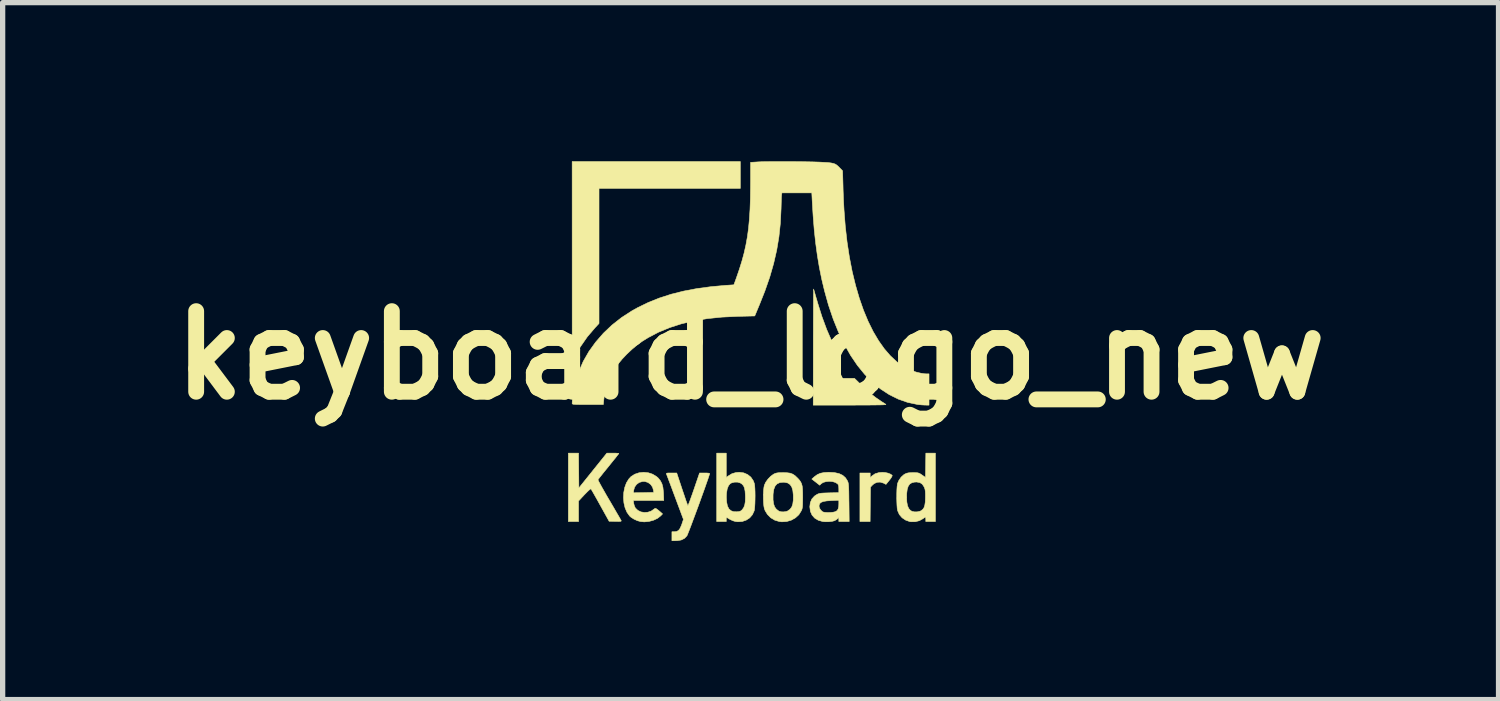
<source format=kicad_pcb>
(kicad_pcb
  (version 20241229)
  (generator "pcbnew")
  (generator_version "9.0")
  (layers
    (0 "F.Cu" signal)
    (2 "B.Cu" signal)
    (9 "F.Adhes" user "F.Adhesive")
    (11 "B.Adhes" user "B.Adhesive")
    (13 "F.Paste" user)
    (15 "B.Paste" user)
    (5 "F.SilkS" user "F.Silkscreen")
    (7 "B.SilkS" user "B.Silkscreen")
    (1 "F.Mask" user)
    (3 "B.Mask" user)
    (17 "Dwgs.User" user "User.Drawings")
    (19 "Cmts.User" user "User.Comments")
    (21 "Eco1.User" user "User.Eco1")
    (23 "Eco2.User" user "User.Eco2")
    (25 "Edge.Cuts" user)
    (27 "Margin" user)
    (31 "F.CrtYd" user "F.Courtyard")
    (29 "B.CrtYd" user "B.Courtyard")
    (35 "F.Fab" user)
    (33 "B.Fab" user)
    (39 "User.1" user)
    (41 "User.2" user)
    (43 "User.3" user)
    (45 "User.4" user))
  (footprint "keyboard_logo_new"
    (layer "F.Cu")
    (at 11.147 3.67)
    (property "Reference" "keyboard_logo_new" (at 0 0 0) (layer "F.SilkS") (effects (font (size 1.524 1.524) (thickness 0.3))))
    (attr through_hole)
    (fp_poly (pts (xy -0.194 -3.157) (xy -2.867 -3.157) (xy -2.867 -0.602) (xy -2.943 -0.52) (xy -3.088 -0.35) (xy -3.22 -0.16) (xy -3.316 0.006) (xy -3.374 0.115) (xy -3.375 -3.665) (xy -0.194 -3.665) (xy -0.194 -3.157)) (stroke (width 0.01) (type solid)) (fill yes) (layer "F.SilkS"))
    (fp_poly (pts (xy 2.549 2.218) (xy 2.602 2.23) (xy 2.646 2.248) (xy 2.675 2.268) (xy 2.679 2.273) (xy 2.675 2.288) (xy 2.659 2.317) (xy 2.633 2.353) (xy 2.624 2.364) (xy 2.561 2.442) (xy 2.515 2.418) (xy 2.452 2.399) (xy 2.391 2.402) (xy 2.334 2.429) (xy 2.298 2.461) (xy 2.268 2.494) (xy 2.264 2.819) (xy 2.261 3.145) (xy 2.068 3.145) (xy 2.068 2.226) (xy 2.262 2.226) (xy 2.262 2.315) (xy 2.295 2.283) (xy 2.355 2.241) (xy 2.428 2.219) (xy 2.494 2.214) (xy 2.549 2.218)) (stroke (width 0.01) (type solid)) (fill yes) (layer "F.SilkS"))
    (fp_poly (pts (xy 1.192 -1.252) (xy 1.197 -1.237) (xy 1.207 -1.203) (xy 1.221 -1.152) (xy 1.239 -1.09) (xy 1.26 -1.02) (xy 1.262 -1.01) (xy 1.348 -0.736) (xy 1.441 -0.484) (xy 1.543 -0.25) (xy 1.633 -0.074) (xy 1.693 0.038) (xy 1.693 0.435) (xy 1.829 0.436) (xy 1.965 0.436) (xy 2.123 0.59) (xy 2.207 0.67) (xy 2.289 0.74) (xy 2.374 0.805) (xy 2.47 0.871) (xy 2.559 0.928) (xy 2.559 0.931) (xy 2.548 0.933) (xy 2.524 0.936) (xy 2.485 0.938) (xy 2.431 0.939) (xy 2.359 0.94) (xy 2.269 0.941) (xy 2.159 0.942) (xy 2.027 0.942) (xy 1.884 0.943) (xy 1.185 0.943) (xy 1.186 -0.16) (xy 1.186 -0.321) (xy 1.187 -0.475) (xy 1.187 -0.619) (xy 1.188 -0.753) (xy 1.188 -0.875) (xy 1.189 -0.982) (xy 1.189 -1.074) (xy 1.19 -1.149) (xy 1.191 -1.204) (xy 1.191 -1.239) (xy 1.192 -1.252) (xy 1.192 -1.252)) (stroke (width 0.01) (type solid)) (fill yes) (layer "F.SilkS"))
    (fp_poly (pts (xy -3.248 2.51) (xy -2.719 1.851) (xy -2.605 1.851) (xy -2.556 1.851) (xy -2.518 1.853) (xy -2.495 1.855) (xy -2.492 1.857) (xy -2.499 1.868) (xy -2.52 1.894) (xy -2.551 1.935) (xy -2.593 1.986) (xy -2.641 2.046) (xy -2.686 2.102) (xy -2.739 2.167) (xy -2.788 2.227) (xy -2.828 2.278) (xy -2.86 2.318) (xy -2.88 2.344) (xy -2.886 2.353) (xy -2.882 2.366) (xy -2.866 2.398) (xy -2.841 2.445) (xy -2.807 2.506) (xy -2.766 2.578) (xy -2.72 2.659) (xy -2.672 2.74) (xy -2.621 2.827) (xy -2.574 2.908) (xy -2.533 2.979) (xy -2.497 3.04) (xy -2.47 3.087) (xy -2.453 3.118) (xy -2.446 3.13) (xy -2.449 3.137) (xy -2.464 3.142) (xy -2.497 3.143) (xy -2.551 3.142) (xy -2.558 3.142) (xy -2.676 3.139) (xy -2.843 2.838) (xy -2.886 2.76) (xy -2.926 2.689) (xy -2.961 2.627) (xy -2.989 2.578) (xy -3.009 2.544) (xy -3.019 2.528) (xy -3.02 2.527) (xy -3.031 2.531) (xy -3.056 2.551) (xy -3.09 2.583) (xy -3.13 2.624) (xy -3.142 2.636) (xy -3.254 2.756) (xy -3.254 3.145) (xy -3.447 3.145) (xy -3.447 1.851) (xy -3.254 1.851) (xy -3.248 2.51)) (stroke (width 0.01) (type solid)) (fill yes) (layer "F.SilkS"))
    (fp_poly (pts (xy -0.46 2.311) (xy -0.42 2.281) (xy -0.351 2.239) (xy -0.277 2.218) (xy -0.214 2.213) (xy -0.13 2.224) (xy -0.056 2.256) (xy 0.005 2.305) (xy 0.05 2.371) (xy 0.071 2.425) (xy 0.077 2.46) (xy 0.081 2.514) (xy 0.084 2.581) (xy 0.085 2.655) (xy 0.084 2.732) (xy 0.082 2.804) (xy 0.078 2.868) (xy 0.073 2.917) (xy 0.068 2.942) (xy 0.034 3.016) (xy -0.017 3.075) (xy -0.083 3.118) (xy -0.159 3.144) (xy -0.243 3.149) (xy -0.29 3.143) (xy -0.333 3.13) (xy -0.38 3.109) (xy -0.402 3.097) (xy -0.46 3.061) (xy -0.46 3.145) (xy -0.641 3.145) (xy -0.641 2.679) (xy -0.459 2.679) (xy -0.453 2.775) (xy -0.438 2.85) (xy -0.411 2.904) (xy -0.371 2.94) (xy -0.319 2.959) (xy -0.261 2.96) (xy -0.218 2.956) (xy -0.189 2.946) (xy -0.166 2.928) (xy -0.156 2.918) (xy -0.129 2.879) (xy -0.111 2.832) (xy -0.101 2.773) (xy -0.098 2.696) (xy -0.099 2.649) (xy -0.104 2.571) (xy -0.115 2.512) (xy -0.133 2.469) (xy -0.161 2.437) (xy -0.194 2.415) (xy -0.244 2.4) (xy -0.301 2.399) (xy -0.355 2.412) (xy -0.385 2.427) (xy -0.418 2.467) (xy -0.442 2.527) (xy -0.455 2.606) (xy -0.459 2.679) (xy -0.641 2.679) (xy -0.641 1.851) (xy -0.46 1.851) (xy -0.46 2.311)) (stroke (width 0.01) (type solid)) (fill yes) (layer "F.SilkS"))
    (fp_poly (pts (xy -1.935 2.222) (xy -1.853 2.249) (xy -1.779 2.294) (xy -1.745 2.324) (xy -1.705 2.375) (xy -1.676 2.432) (xy -1.658 2.5) (xy -1.649 2.585) (xy -1.647 2.616) (xy -1.642 2.746) (xy -2.217 2.746) (xy -2.211 2.799) (xy -2.2 2.843) (xy -2.182 2.884) (xy -2.177 2.891) (xy -2.132 2.934) (xy -2.075 2.962) (xy -2.01 2.973) (xy -1.943 2.968) (xy -1.88 2.947) (xy -1.831 2.913) (xy -1.814 2.9) (xy -1.799 2.896) (xy -1.78 2.904) (xy -1.753 2.924) (xy -1.717 2.954) (xy -1.665 3) (xy -1.7 3.037) (xy -1.76 3.084) (xy -1.837 3.12) (xy -1.922 3.143) (xy -2.011 3.151) (xy -2.081 3.145) (xy -2.143 3.128) (xy -2.206 3.099) (xy -2.261 3.064) (xy -2.288 3.04) (xy -2.338 2.97) (xy -2.374 2.886) (xy -2.396 2.792) (xy -2.404 2.694) (xy -2.399 2.601) (xy -2.217 2.601) (xy -2.025 2.598) (xy -1.832 2.594) (xy -1.836 2.558) (xy -1.854 2.495) (xy -1.89 2.443) (xy -1.94 2.406) (xy -1.999 2.387) (xy -2.042 2.387) (xy -2.106 2.405) (xy -2.157 2.442) (xy -2.194 2.494) (xy -2.21 2.55) (xy -2.217 2.601) (xy -2.399 2.601) (xy -2.399 2.595) (xy -2.38 2.499) (xy -2.348 2.412) (xy -2.302 2.338) (xy -2.261 2.294) (xy -2.19 2.249) (xy -2.109 2.222) (xy -2.022 2.213) (xy -1.935 2.222)) (stroke (width 0.01) (type solid)) (fill yes) (layer "F.SilkS"))
    (fp_poly (pts (xy -1.296 2.531) (xy -1.268 2.613) (xy -1.243 2.687) (xy -1.222 2.75) (xy -1.204 2.799) (xy -1.192 2.832) (xy -1.187 2.845) (xy -1.181 2.836) (xy -1.169 2.807) (xy -1.151 2.761) (xy -1.129 2.7) (xy -1.103 2.628) (xy -1.075 2.547) (xy -1.072 2.539) (xy -0.965 2.226) (xy -0.87 2.226) (xy -0.825 2.227) (xy -0.791 2.23) (xy -0.775 2.235) (xy -0.774 2.237) (xy -0.778 2.253) (xy -0.79 2.29) (xy -0.808 2.344) (xy -0.832 2.412) (xy -0.86 2.492) (xy -0.892 2.582) (xy -0.927 2.678) (xy -0.963 2.779) (xy -1 2.88) (xy -1.037 2.98) (xy -1.073 3.076) (xy -1.106 3.165) (xy -1.136 3.245) (xy -1.162 3.312) (xy -1.183 3.365) (xy -1.197 3.4) (xy -1.204 3.414) (xy -1.25 3.463) (xy -1.313 3.494) (xy -1.391 3.507) (xy -1.412 3.507) (xy -1.488 3.508) (xy -1.488 3.338) (xy -1.441 3.338) (xy -1.398 3.332) (xy -1.363 3.313) (xy -1.335 3.276) (xy -1.309 3.219) (xy -1.301 3.197) (xy -1.27 3.104) (xy -1.426 2.686) (xy -1.462 2.59) (xy -1.495 2.501) (xy -1.525 2.421) (xy -1.551 2.353) (xy -1.571 2.299) (xy -1.585 2.263) (xy -1.591 2.247) (xy -1.591 2.247) (xy -1.593 2.236) (xy -1.585 2.23) (xy -1.565 2.227) (xy -1.527 2.226) (xy -1.498 2.226) (xy -1.397 2.226) (xy -1.296 2.531)) (stroke (width 0.01) (type solid)) (fill yes) (layer "F.SilkS"))
    (fp_poly (pts (xy 3.496 3.145) (xy 3.314 3.145) (xy 3.314 3.102) (xy 3.312 3.074) (xy 3.308 3.06) (xy 3.307 3.06) (xy 3.294 3.067) (xy 3.27 3.083) (xy 3.262 3.09) (xy 3.193 3.128) (xy 3.115 3.148) (xy 3.035 3.149) (xy 3.012 3.146) (xy 2.933 3.118) (xy 2.866 3.073) (xy 2.814 3.013) (xy 2.782 2.941) (xy 2.78 2.934) (xy 2.773 2.895) (xy 2.769 2.839) (xy 2.766 2.77) (xy 2.764 2.694) (xy 2.765 2.682) (xy 2.951 2.682) (xy 2.955 2.774) (xy 2.968 2.845) (xy 2.991 2.898) (xy 3.024 2.935) (xy 3.054 2.952) (xy 3.101 2.962) (xy 3.155 2.961) (xy 3.206 2.949) (xy 3.226 2.939) (xy 3.258 2.914) (xy 3.28 2.882) (xy 3.295 2.837) (xy 3.304 2.776) (xy 3.307 2.696) (xy 3.307 2.685) (xy 3.307 2.621) (xy 3.305 2.574) (xy 3.3 2.54) (xy 3.291 2.51) (xy 3.281 2.488) (xy 3.248 2.438) (xy 3.203 2.408) (xy 3.143 2.397) (xy 3.105 2.398) (xy 3.052 2.41) (xy 3.011 2.435) (xy 2.982 2.476) (xy 2.963 2.534) (xy 2.953 2.612) (xy 2.951 2.682) (xy 2.765 2.682) (xy 2.765 2.618) (xy 2.767 2.546) (xy 2.771 2.484) (xy 2.777 2.438) (xy 2.78 2.423) (xy 2.807 2.362) (xy 2.848 2.304) (xy 2.898 2.259) (xy 2.921 2.245) (xy 2.953 2.231) (xy 2.99 2.223) (xy 3.039 2.22) (xy 3.074 2.219) (xy 3.126 2.22) (xy 3.161 2.223) (xy 3.188 2.231) (xy 3.214 2.245) (xy 3.243 2.265) (xy 3.308 2.31) (xy 3.315 1.851) (xy 3.496 1.851) (xy 3.496 3.145)) (stroke (width 0.01) (type solid)) (fill yes) (layer "F.SilkS"))
    (fp_poly (pts (xy 0.692 2.222) (xy 0.75 2.23) (xy 0.797 2.248) (xy 0.841 2.277) (xy 0.886 2.32) (xy 0.897 2.331) (xy 0.927 2.365) (xy 0.949 2.398) (xy 0.965 2.433) (xy 0.976 2.474) (xy 0.982 2.527) (xy 0.985 2.595) (xy 0.986 2.683) (xy 0.986 2.685) (xy 0.985 2.761) (xy 0.984 2.818) (xy 0.982 2.859) (xy 0.977 2.89) (xy 0.971 2.914) (xy 0.961 2.938) (xy 0.96 2.94) (xy 0.913 3.015) (xy 0.849 3.074) (xy 0.771 3.118) (xy 0.684 3.144) (xy 0.591 3.15) (xy 0.542 3.144) (xy 0.458 3.119) (xy 0.382 3.074) (xy 0.32 3.012) (xy 0.275 2.939) (xy 0.26 2.899) (xy 0.251 2.852) (xy 0.245 2.788) (xy 0.243 2.735) (xy 0.425 2.735) (xy 0.435 2.809) (xy 0.455 2.868) (xy 0.488 2.912) (xy 0.534 2.947) (xy 0.538 2.949) (xy 0.575 2.96) (xy 0.622 2.962) (xy 0.67 2.956) (xy 0.699 2.946) (xy 0.745 2.914) (xy 0.778 2.871) (xy 0.798 2.813) (xy 0.808 2.738) (xy 0.808 2.645) (xy 0.799 2.558) (xy 0.779 2.492) (xy 0.747 2.445) (xy 0.702 2.415) (xy 0.643 2.402) (xy 0.617 2.401) (xy 0.552 2.408) (xy 0.501 2.432) (xy 0.464 2.473) (xy 0.44 2.533) (xy 0.427 2.613) (xy 0.425 2.641) (xy 0.425 2.735) (xy 0.243 2.735) (xy 0.242 2.713) (xy 0.242 2.636) (xy 0.245 2.563) (xy 0.252 2.5) (xy 0.26 2.459) (xy 0.286 2.402) (xy 0.328 2.343) (xy 0.379 2.29) (xy 0.433 2.25) (xy 0.44 2.246) (xy 0.467 2.234) (xy 0.496 2.226) (xy 0.533 2.221) (xy 0.585 2.22) (xy 0.617 2.219) (xy 0.692 2.222)) (stroke (width 0.01) (type solid)) (fill yes) (layer "F.SilkS"))
    (fp_poly (pts (xy 1.588 2.219) (xy 1.674 2.238) (xy 1.742 2.27) (xy 1.794 2.316) (xy 1.826 2.365) (xy 1.835 2.382) (xy 1.842 2.399) (xy 1.847 2.419) (xy 1.851 2.443) (xy 1.854 2.476) (xy 1.856 2.52) (xy 1.858 2.578) (xy 1.859 2.653) (xy 1.86 2.748) (xy 1.861 2.785) (xy 1.865 3.145) (xy 1.669 3.145) (xy 1.669 3.068) (xy 1.642 3.093) (xy 1.611 3.116) (xy 1.584 3.13) (xy 1.538 3.142) (xy 1.479 3.148) (xy 1.417 3.149) (xy 1.366 3.145) (xy 1.28 3.12) (xy 1.212 3.079) (xy 1.162 3.022) (xy 1.131 2.952) (xy 1.12 2.867) (xy 1.12 2.866) (xy 1.121 2.856) (xy 1.295 2.856) (xy 1.304 2.892) (xy 1.328 2.929) (xy 1.36 2.958) (xy 1.371 2.964) (xy 1.406 2.971) (xy 1.456 2.974) (xy 1.511 2.973) (xy 1.562 2.968) (xy 1.6 2.959) (xy 1.603 2.958) (xy 1.636 2.938) (xy 1.656 2.907) (xy 1.667 2.861) (xy 1.669 2.81) (xy 1.669 2.742) (xy 1.527 2.748) (xy 1.443 2.754) (xy 1.38 2.764) (xy 1.337 2.78) (xy 1.31 2.802) (xy 1.297 2.833) (xy 1.295 2.856) (xy 1.121 2.856) (xy 1.13 2.785) (xy 1.159 2.718) (xy 1.209 2.663) (xy 1.243 2.64) (xy 1.266 2.627) (xy 1.288 2.618) (xy 1.312 2.612) (xy 1.345 2.608) (xy 1.39 2.605) (xy 1.453 2.603) (xy 1.485 2.602) (xy 1.669 2.598) (xy 1.669 2.527) (xy 1.667 2.48) (xy 1.659 2.45) (xy 1.646 2.432) (xy 1.604 2.405) (xy 1.549 2.389) (xy 1.487 2.384) (xy 1.425 2.39) (xy 1.371 2.406) (xy 1.331 2.433) (xy 1.308 2.458) (xy 1.233 2.399) (xy 1.158 2.341) (xy 1.209 2.296) (xy 1.261 2.258) (xy 1.319 2.232) (xy 1.389 2.218) (xy 1.476 2.213) (xy 1.482 2.213) (xy 1.588 2.219)) (stroke (width 0.01) (type solid)) (fill yes) (layer "F.SilkS"))
    (fp_poly (pts (xy 0.708 -3.664) (xy 0.832 -3.663) (xy 0.954 -3.662) (xy 1.07 -3.66) (xy 1.176 -3.658) (xy 1.268 -3.655) (xy 1.3 -3.654) (xy 1.393 -3.649) (xy 1.466 -3.645) (xy 1.522 -3.638) (xy 1.565 -3.629) (xy 1.599 -3.617) (xy 1.628 -3.599) (xy 1.655 -3.576) (xy 1.683 -3.548) (xy 1.74 -3.489) (xy 1.748 -3.217) (xy 1.75 -3.123) (xy 1.754 -3.022) (xy 1.758 -2.922) (xy 1.763 -2.83) (xy 1.767 -2.755) (xy 1.767 -2.752) (xy 1.791 -2.441) (xy 1.825 -2.142) (xy 1.869 -1.855) (xy 1.922 -1.582) (xy 1.985 -1.324) (xy 2.056 -1.08) (xy 2.135 -0.853) (xy 2.223 -0.642) (xy 2.318 -0.45) (xy 2.421 -0.276) (xy 2.53 -0.122) (xy 2.646 0.012) (xy 2.768 0.125) (xy 2.897 0.215) (xy 2.969 0.255) (xy 3.05 0.29) (xy 3.136 0.319) (xy 3.22 0.339) (xy 3.293 0.35) (xy 3.316 0.351) (xy 3.375 0.351) (xy 3.375 0.943) (xy 3.299 0.942) (xy 3.244 0.939) (xy 3.185 0.934) (xy 3.155 0.93) (xy 2.971 0.891) (xy 2.794 0.829) (xy 2.624 0.745) (xy 2.461 0.639) (xy 2.306 0.511) (xy 2.159 0.361) (xy 2.021 0.192) (xy 1.892 0.002) (xy 1.773 -0.208) (xy 1.663 -0.437) (xy 1.563 -0.685) (xy 1.473 -0.951) (xy 1.399 -1.217) (xy 1.346 -1.438) (xy 1.301 -1.66) (xy 1.263 -1.887) (xy 1.231 -2.122) (xy 1.204 -2.37) (xy 1.183 -2.634) (xy 1.166 -2.912) (xy 1.158 -3.072) (xy 0.593 -3.072) (xy 0.588 -3.045) (xy 0.586 -3.025) (xy 0.583 -2.985) (xy 0.581 -2.929) (xy 0.579 -2.86) (xy 0.577 -2.784) (xy 0.576 -2.758) (xy 0.563 -2.496) (xy 0.536 -2.241) (xy 0.494 -1.989) (xy 0.436 -1.736) (xy 0.362 -1.479) (xy 0.27 -1.215) (xy 0.172 -0.968) (xy 0.079 -0.744) (xy -0.248 -0.736) (xy -0.541 -0.722) (xy -0.815 -0.694) (xy -1.071 -0.651) (xy -1.31 -0.595) (xy -1.533 -0.523) (xy -1.741 -0.437) (xy -1.936 -0.335) (xy -2.049 -0.265) (xy -2.145 -0.196) (xy -2.244 -0.113) (xy -2.341 -0.022) (xy -2.429 0.071) (xy -2.502 0.16) (xy -2.515 0.178) (xy -2.601 0.314) (xy -2.673 0.458) (xy -2.728 0.604) (xy -2.764 0.749) (xy -2.777 0.843) (xy -2.785 0.931) (xy -3.08 0.931) (xy -3.172 0.931) (xy -3.242 0.931) (xy -3.294 0.93) (xy -3.33 0.928) (xy -3.354 0.926) (xy -3.367 0.922) (xy -3.373 0.917) (xy -3.375 0.91) (xy -3.375 0.907) (xy -3.372 0.855) (xy -3.364 0.788) (xy -3.353 0.71) (xy -3.34 0.63) (xy -3.324 0.555) (xy -3.315 0.514) (xy -3.251 0.313) (xy -3.166 0.117) (xy -3.059 -0.07) (xy -2.931 -0.248) (xy -2.785 -0.416) (xy -2.621 -0.572) (xy -2.44 -0.714) (xy -2.244 -0.841) (xy -2.14 -0.899) (xy -1.937 -0.998) (xy -1.725 -1.083) (xy -1.502 -1.155) (xy -1.266 -1.214) (xy -1.014 -1.262) (xy -0.745 -1.298) (xy -0.457 -1.324) (xy -0.433 -1.325) (xy -0.316 -1.333) (xy -0.267 -1.468) (xy -0.212 -1.628) (xy -0.164 -1.782) (xy -0.123 -1.933) (xy -0.089 -2.084) (xy -0.061 -2.239) (xy -0.039 -2.4) (xy -0.023 -2.571) (xy -0.011 -2.756) (xy -0.004 -2.956) (xy -0.001 -3.176) (xy -0.000176 -3.279) (xy 0 -3.649) (xy 0.129 -3.657) (xy 0.187 -3.66) (xy 0.266 -3.662) (xy 0.361 -3.663) (xy 0.469 -3.664) (xy 0.586 -3.664) (xy 0.708 -3.664)) (stroke (width 0.01) (type solid)) (fill yes) (layer "F.SilkS")))
  (gr_rect
    (start -3 -3)
    (end 25.294 10.182)
    (stroke (width 0.1) (type default))
    (fill no)
    (layer "Edge.Cuts")))
</source>
